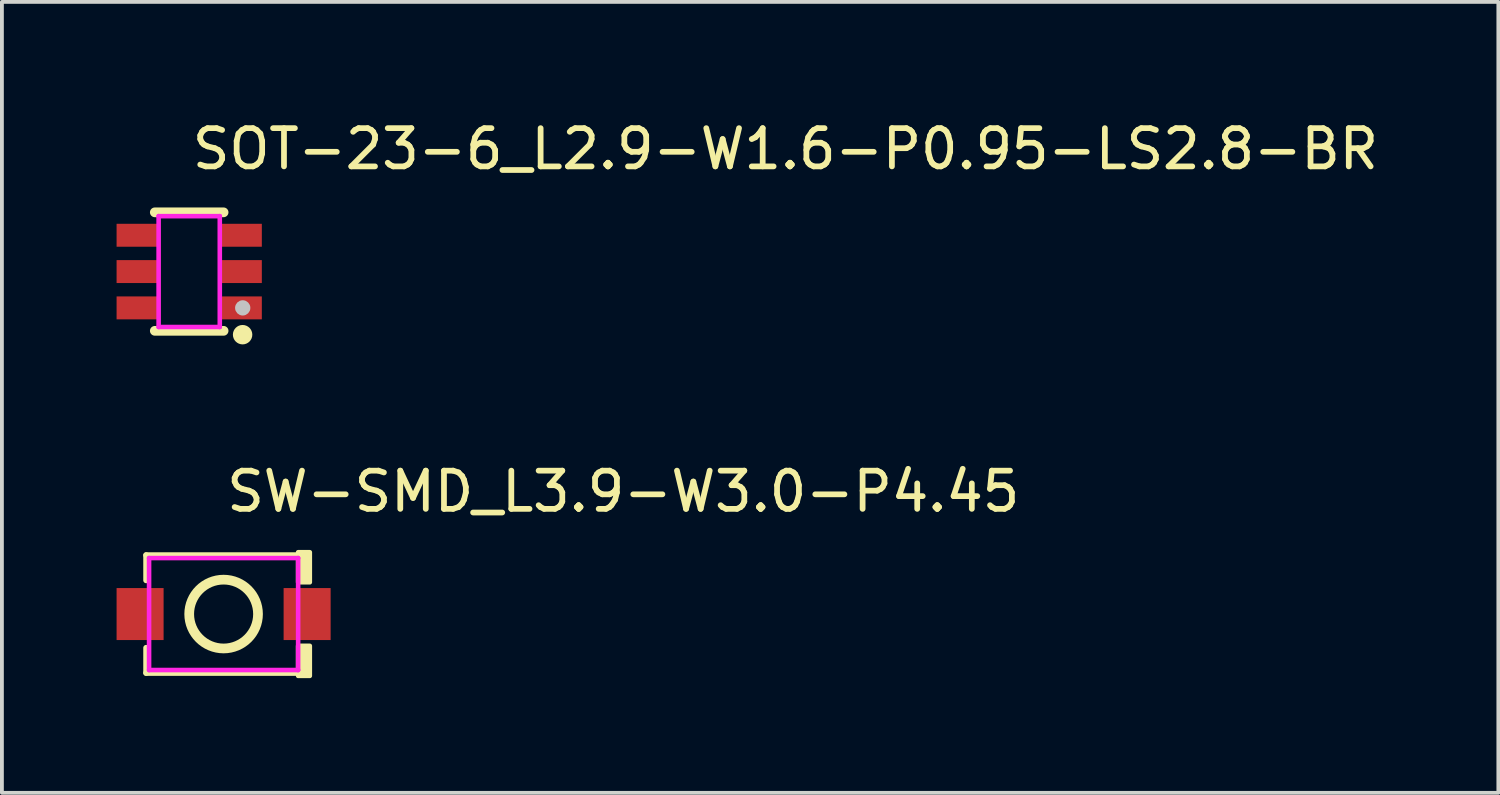
<source format=kicad_pcb>
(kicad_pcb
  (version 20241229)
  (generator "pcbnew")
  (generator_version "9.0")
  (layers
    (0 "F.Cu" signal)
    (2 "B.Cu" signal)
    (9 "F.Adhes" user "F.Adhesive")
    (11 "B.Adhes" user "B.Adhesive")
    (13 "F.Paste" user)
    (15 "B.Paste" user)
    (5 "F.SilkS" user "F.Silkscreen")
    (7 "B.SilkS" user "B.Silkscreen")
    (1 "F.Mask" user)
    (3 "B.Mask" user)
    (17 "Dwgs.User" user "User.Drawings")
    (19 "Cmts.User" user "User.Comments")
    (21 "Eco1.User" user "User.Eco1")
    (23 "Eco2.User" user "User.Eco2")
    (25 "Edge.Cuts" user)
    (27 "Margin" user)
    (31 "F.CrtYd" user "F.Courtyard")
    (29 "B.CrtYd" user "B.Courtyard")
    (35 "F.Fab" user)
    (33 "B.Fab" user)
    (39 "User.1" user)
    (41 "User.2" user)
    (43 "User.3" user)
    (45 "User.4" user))
  (footprint "SW-SMD_L3.9-W3.0-P4.45"
    (layer "F.Cu")
    (at 2.8 13.015)
    (property "Reference" "SW-SMD_L3.9-W3.0-P4.45" (at 0 -3.207 0) (layer "F.SilkS") (effects (font (size 1 1) (thickness 0.15)) (justify left)))
    (attr through_hole)
    (fp_line (start -2.026 -1.541) (end -2.026 -0.883) (stroke (width 0.152) (type solid)) (layer "F.SilkS"))
    (fp_line (start -2.026 1.541) (end -2.026 0.883) (stroke (width 0.152) (type solid)) (layer "F.SilkS"))
    (fp_line (start 2.026 -1.541) (end -2.026 -1.541) (stroke (width 0.152) (type solid)) (layer "F.SilkS"))
    (fp_line (start 2.026 1.541) (end -2.026 1.541) (stroke (width 0.152) (type solid)) (layer "F.SilkS"))
    (fp_circle (center 0 0) (end 0.9 0) (stroke (width 0.254) (type solid)) (fill no) (layer "F.SilkS"))
    (fp_poly (pts (xy 1.95 -1.617) (xy 1.95 -0.832) (xy 2.255 -0.832) (xy 2.255 -1.617)) (stroke (width 0.12) (type solid)) (fill yes) (layer "F.SilkS"))
    (fp_poly (pts (xy 1.95 1.617) (xy 1.95 0.832) (xy 2.255 0.832) (xy 2.255 1.617)) (stroke (width 0.12) (type solid)) (fill yes) (layer "F.SilkS"))
    (fp_circle (center 2.5 -1.465) (end 2.53 -1.465) (stroke (width 0.06) (type solid)) (fill no) (layer "Eco2.User"))
    (fp_poly (pts (xy -2.5 -0.65) (xy -2.5 0.65) (xy -1.6 0.65) (xy -1.6 -0.65)) (stroke (width 0.12) (type solid)) (fill no) (layer "Eco2.User"))
    (fp_poly (pts (xy 2.5 -0.65) (xy 2.5 0.65) (xy 1.6 0.65) (xy 1.6 -0.65)) (stroke (width 0.12) (type solid)) (fill no) (layer "Eco2.User"))
    (fp_line (start -1.95 -1.465) (end 1.95 -1.465) (stroke (width 0.12) (type solid)) (layer "F.CrtYd"))
    (fp_line (start -1.95 1.465) (end -1.95 -1.465) (stroke (width 0.12) (type solid)) (layer "F.CrtYd"))
    (fp_line (start 1.95 -1.465) (end 1.95 1.465) (stroke (width 0.12) (type solid)) (layer "F.CrtYd"))
    (fp_line (start 1.95 1.465) (end -1.95 1.465) (stroke (width 0.12) (type solid)) (layer "F.CrtYd"))
    (pad "1" smd rect (at -2.185 0) (size 1.23 1.36) (layers "F.Cu" "F.Mask" "F.Paste"))
    (pad "2" smd rect (at 2.185 0) (size 1.23 1.36) (layers "F.Cu" "F.Mask" "F.Paste")))
  (footprint "SOT-23-6_L2.9-W1.6-P0.95-LS2.8-BR"
    (layer "F.Cu")
    (at 1.9 4.055)
    (property "Reference" "SOT-23-6_L2.9-W1.6-P0.95-LS2.8-BR" (at 0 -3.207 0) (layer "F.SilkS") (effects (font (size 1 1) (thickness 0.15)) (justify left)))
    (attr through_hole)
    (fp_line (start -0.9 -1.55) (end 0.9 -1.55) (stroke (width 0.254) (type solid)) (layer "F.SilkS"))
    (fp_line (start -0.9 1.55) (end 0.9 1.55) (stroke (width 0.254) (type solid)) (layer "F.SilkS"))
    (fp_circle (center 1.397 1.651) (end 1.524 1.651) (stroke (width 0.254) (type solid)) (fill no) (layer "F.SilkS"))
    (fp_circle (center 1.4 0.95) (end 1.5 0.95) (stroke (width 0.2) (type solid)) (fill no) (layer "Dwgs.User"))
    (fp_line (start -0.935 -1.165) (end -0.79 -1.165) (stroke (width 0.12) (type solid)) (layer "Eco2.User"))
    (fp_line (start -0.935 -0.735) (end -0.935 -1.165) (stroke (width 0.12) (type solid)) (layer "Eco2.User"))
    (fp_line (start -0.935 -0.215) (end -0.79 -0.215) (stroke (width 0.12) (type solid)) (layer "Eco2.User"))
    (fp_line (start -0.935 0.215) (end -0.935 -0.215) (stroke (width 0.12) (type solid)) (layer "Eco2.User"))
    (fp_line (start -0.935 0.735) (end -0.79 0.735) (stroke (width 0.12) (type solid)) (layer "Eco2.User"))
    (fp_line (start -0.935 1.165) (end -0.935 0.735) (stroke (width 0.12) (type solid)) (layer "Eco2.User"))
    (fp_line (start -0.79 -1.165) (end -0.79 -0.735) (stroke (width 0.12) (type solid)) (layer "Eco2.User"))
    (fp_line (start -0.79 -0.735) (end -0.935 -0.735) (stroke (width 0.12) (type solid)) (layer "Eco2.User"))
    (fp_line (start -0.79 -0.215) (end -0.79 0.215) (stroke (width 0.12) (type solid)) (layer "Eco2.User"))
    (fp_line (start -0.79 0.215) (end -0.935 0.215) (stroke (width 0.12) (type solid)) (layer "Eco2.User"))
    (fp_line (start -0.79 0.735) (end -0.79 1.165) (stroke (width 0.12) (type solid)) (layer "Eco2.User"))
    (fp_line (start -0.79 1.165) (end -0.935 1.165) (stroke (width 0.12) (type solid)) (layer "Eco2.User"))
    (fp_line (start 0.79 -1.165) (end 0.935 -1.165) (stroke (width 0.12) (type solid)) (layer "Eco2.User"))
    (fp_line (start 0.79 -0.735) (end 0.79 -1.165) (stroke (width 0.12) (type solid)) (layer "Eco2.User"))
    (fp_line (start 0.79 -0.215) (end 0.935 -0.215) (stroke (width 0.12) (type solid)) (layer "Eco2.User"))
    (fp_line (start 0.79 0.215) (end 0.79 -0.215) (stroke (width 0.12) (type solid)) (layer "Eco2.User"))
    (fp_line (start 0.79 0.735) (end 0.935 0.735) (stroke (width 0.12) (type solid)) (layer "Eco2.User"))
    (fp_line (start 0.79 1.165) (end 0.79 0.735) (stroke (width 0.12) (type solid)) (layer "Eco2.User"))
    (fp_line (start 0.935 -1.165) (end 0.935 -0.735) (stroke (width 0.12) (type solid)) (layer "Eco2.User"))
    (fp_line (start 0.935 -0.735) (end 0.79 -0.735) (stroke (width 0.12) (type solid)) (layer "Eco2.User"))
    (fp_line (start 0.935 -0.215) (end 0.935 0.215) (stroke (width 0.12) (type solid)) (layer "Eco2.User"))
    (fp_line (start 0.935 0.215) (end 0.79 0.215) (stroke (width 0.12) (type solid)) (layer "Eco2.User"))
    (fp_line (start 0.935 0.735) (end 0.935 1.165) (stroke (width 0.12) (type solid)) (layer "Eco2.User"))
    (fp_line (start 0.935 1.165) (end 0.79 1.165) (stroke (width 0.12) (type solid)) (layer "Eco2.User"))
    (fp_circle (center 1.4 1.45) (end 1.43 1.45) (stroke (width 0.06) (type solid)) (fill no) (layer "Eco2.User"))
    (fp_poly (pts (xy -0.925 -0.735) (xy -0.925 -1.165) (xy -1.4 -1.165) (xy -1.4 -0.735)) (stroke (width 0.12) (type solid)) (fill no) (layer "Eco2.User"))
    (fp_poly (pts (xy -0.925 0.215) (xy -0.925 -0.215) (xy -1.4 -0.215) (xy -1.4 0.215)) (stroke (width 0.12) (type solid)) (fill no) (layer "Eco2.User"))
    (fp_poly (pts (xy -0.925 1.165) (xy -0.925 0.735) (xy -1.4 0.735) (xy -1.4 1.165)) (stroke (width 0.12) (type solid)) (fill no) (layer "Eco2.User"))
    (fp_poly (pts (xy 0.925 -0.735) (xy 0.925 -1.165) (xy 1.4 -1.165) (xy 1.4 -0.735)) (stroke (width 0.12) (type solid)) (fill no) (layer "Eco2.User"))
    (fp_poly (pts (xy 0.925 0.215) (xy 0.925 -0.215) (xy 1.4 -0.215) (xy 1.4 0.215)) (stroke (width 0.12) (type solid)) (fill no) (layer "Eco2.User"))
    (fp_poly (pts (xy 0.925 1.165) (xy 0.925 0.735) (xy 1.4 0.735) (xy 1.4 1.165)) (stroke (width 0.12) (type solid)) (fill no) (layer "Eco2.User"))
    (fp_line (start -0.8 -1.45) (end 0.8 -1.45) (stroke (width 0.12) (type solid)) (layer "F.CrtYd"))
    (fp_line (start -0.8 1.45) (end -0.8 -1.45) (stroke (width 0.12) (type solid)) (layer "F.CrtYd"))
    (fp_line (start 0.8 -1.45) (end 0.8 1.45) (stroke (width 0.12) (type solid)) (layer "F.CrtYd"))
    (fp_line (start 0.8 1.45) (end -0.8 1.45) (stroke (width 0.12) (type solid)) (layer "F.CrtYd"))
    (pad "1" smd rect (at 1.35 0.95) (size 1.1 0.6) (layers "F.Cu" "F.Mask" "F.Paste"))
    (pad "2" smd rect (at 1.35 0) (size 1.1 0.6) (layers "F.Cu" "F.Mask" "F.Paste"))
    (pad "3" smd rect (at 1.35 -0.95) (size 1.1 0.6) (layers "F.Cu" "F.Mask" "F.Paste"))
    (pad "4" smd rect (at -1.35 -0.95) (size 1.1 0.6) (layers "F.Cu" "F.Mask" "F.Paste"))
    (pad "5" smd rect (at -1.35 0) (size 1.1 0.6) (layers "F.Cu" "F.Mask" "F.Paste"))
    (pad "6" smd rect (at -1.35 0.95) (size 1.1 0.6) (layers "F.Cu" "F.Mask" "F.Paste")))
  (gr_rect
    (start -3 -3)
    (end 36.15 17.692)
    (stroke (width 0.1) (type default))
    (fill no)
    (layer "Edge.Cuts")))
</source>
